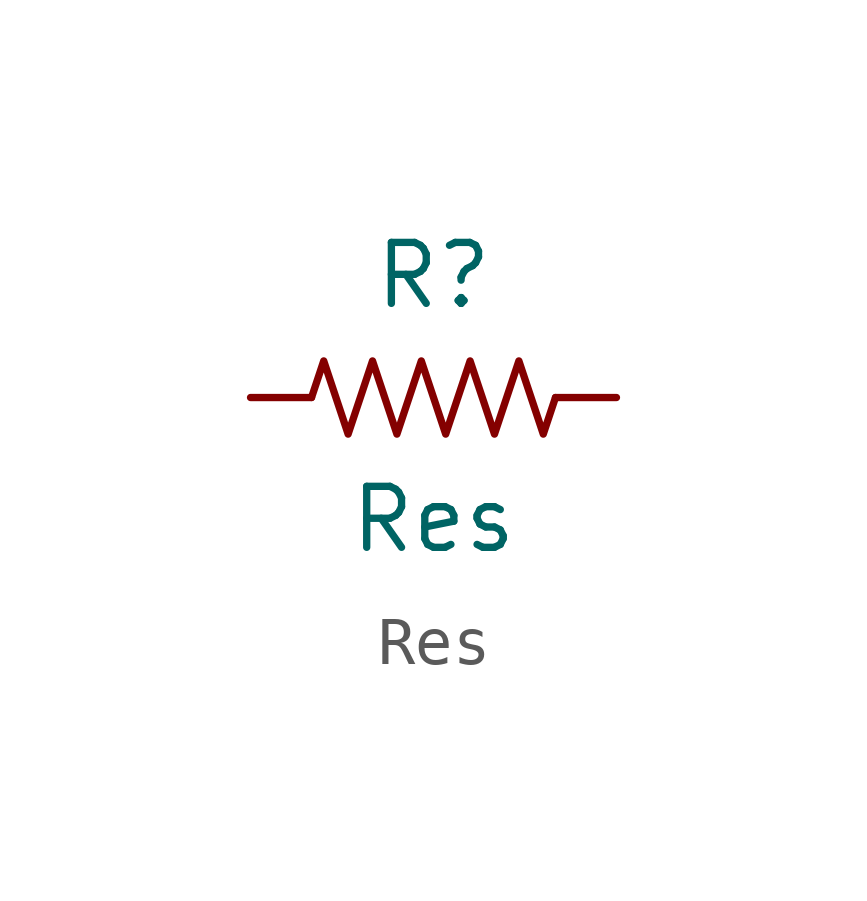
<source format=kicad_sym>
(kicad_symbol_lib
  (version 20220914)
  (generator kicad_symbol_editor)
  (symbol "Res"
    (pin_numbers hide)
    (pin_names hide)
    (property "Reference" "R"
      (at 0 2.54 0)
      (effects (font (size 1.27 1.27))))
    (property "Value" "Res"
      (at 0 -2.54 0)
      (effects (font (size 1.27 1.27))))
    (symbol "Res_0_1"
      (polyline (pts (xy -2.54 0) (xy -2.286 0.762) (xy -1.778 -0.762) (xy -1.27 0.762) (xy -0.762 -0.762) (xy -0.254 0.762) (xy 0.254 -0.762) (xy 0.762 0.762) (xy 1.27 -0.762) (xy 1.778 0.762) (xy 2.286 -0.762) (xy 2.54 0)) (stroke (width 0) (type default)) (fill (type none))))
    (symbol "Res_1_1"
      (pin passive line (at -3.81 0 0) (length 1.27) (name "" (effects (font (size 1.27 1.27)))) (number "1" (effects (font (size 1.27 1.27)))))
      (pin passive line (at 3.81 0 180) (length 1.27) (name "" (effects (font (size 1.27 1.27)))) (number "2" (effects (font (size 1.27 1.27))))))))
</source>
